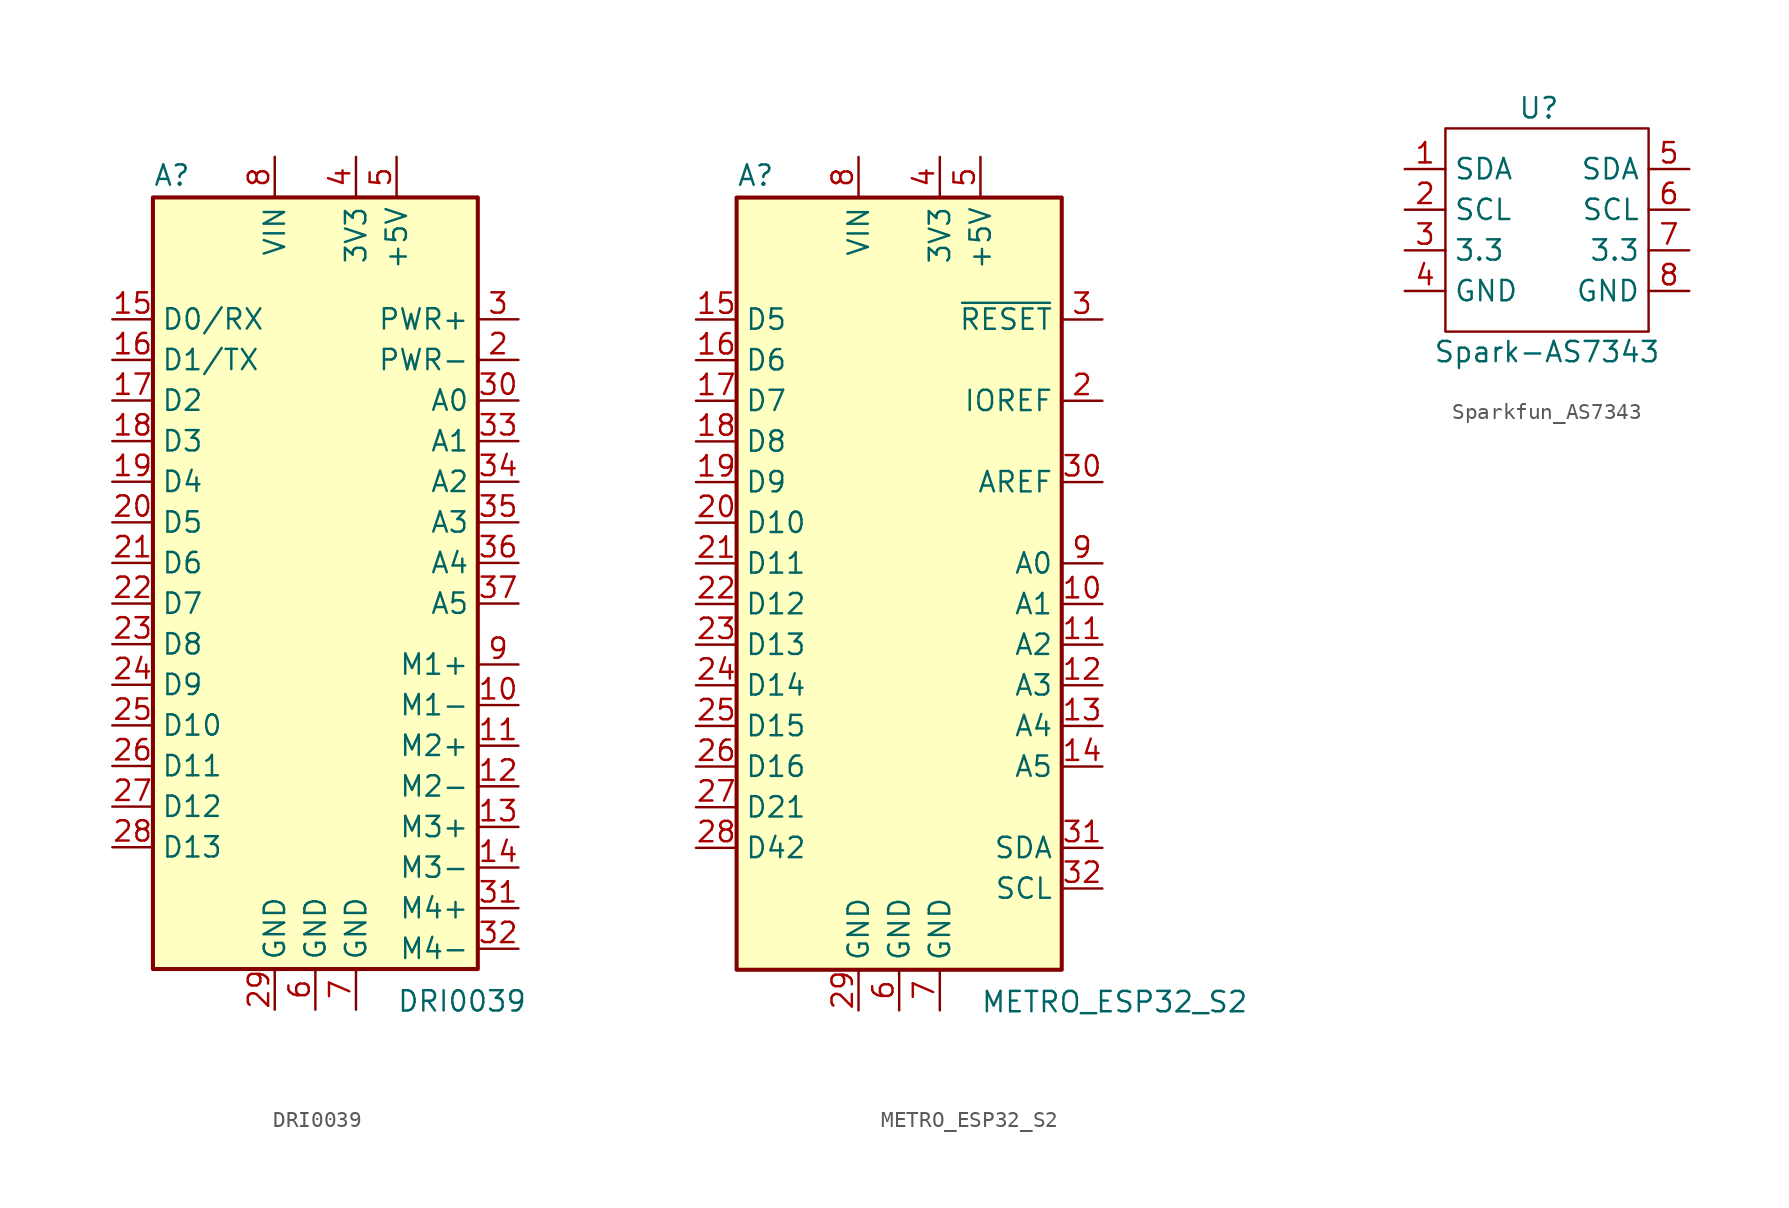
<source format=kicad_sym>
(kicad_symbol_lib
  (version 20241209)
  (generator "kicad_symbol_editor")
  (generator_version "9.0")
  (symbol "DRI0039"
    (property "Reference" "A"
      (at -10.16 23.495 0)
      (effects (font (size 1.27 1.27)) (justify left bottom)))
    (property "Value" "DRI0039"
      (at 5.08 -26.67 0)
      (effects (font (size 1.27 1.27)) (justify left top)))
    (symbol "DRI0039_0_1"
      (rectangle (start -10.16 22.86) (end 10.16 -25.4) (stroke (width 0.254) (type default)) (fill (type background))))
    (symbol "DRI0039_1_1"
      (pin bidirectional line (at -12.7 15.24 0) (length 2.54) (name "D0/RX" (effects (font (size 1.27 1.27)))) (number "15" (effects (font (size 1.27 1.27)))))
      (pin bidirectional line (at -12.7 12.7 0) (length 2.54) (name "D1/TX" (effects (font (size 1.27 1.27)))) (number "16" (effects (font (size 1.27 1.27)))))
      (pin bidirectional line (at -12.7 10.16 0) (length 2.54) (name "D2" (effects (font (size 1.27 1.27)))) (number "17" (effects (font (size 1.27 1.27)))))
      (pin bidirectional line (at -12.7 7.62 0) (length 2.54) (name "D3" (effects (font (size 1.27 1.27)))) (number "18" (effects (font (size 1.27 1.27)))))
      (pin bidirectional line (at -12.7 5.08 0) (length 2.54) (name "D4" (effects (font (size 1.27 1.27)))) (number "19" (effects (font (size 1.27 1.27)))))
      (pin bidirectional line (at -12.7 2.54 0) (length 2.54) (name "D5" (effects (font (size 1.27 1.27)))) (number "20" (effects (font (size 1.27 1.27)))))
      (pin bidirectional line (at -12.7 0 0) (length 2.54) (name "D6" (effects (font (size 1.27 1.27)))) (number "21" (effects (font (size 1.27 1.27)))))
      (pin bidirectional line (at -12.7 -2.54 0) (length 2.54) (name "D7" (effects (font (size 1.27 1.27)))) (number "22" (effects (font (size 1.27 1.27)))))
      (pin bidirectional line (at -12.7 -5.08 0) (length 2.54) (name "D8" (effects (font (size 1.27 1.27)))) (number "23" (effects (font (size 1.27 1.27)))))
      (pin bidirectional line (at -12.7 -7.62 0) (length 2.54) (name "D9" (effects (font (size 1.27 1.27)))) (number "24" (effects (font (size 1.27 1.27)))))
      (pin bidirectional line (at -12.7 -10.16 0) (length 2.54) (name "D10" (effects (font (size 1.27 1.27)))) (number "25" (effects (font (size 1.27 1.27)))))
      (pin bidirectional line (at -12.7 -12.7 0) (length 2.54) (name "D11" (effects (font (size 1.27 1.27)))) (number "26" (effects (font (size 1.27 1.27)))))
      (pin bidirectional line (at -12.7 -15.24 0) (length 2.54) (name "D12" (effects (font (size 1.27 1.27)))) (number "27" (effects (font (size 1.27 1.27)))))
      (pin bidirectional line (at -12.7 -17.78 0) (length 2.54) (name "D13" (effects (font (size 1.27 1.27)))) (number "28" (effects (font (size 1.27 1.27)))))
      (pin no_connect line (at -10.16 -20.32 0) (length 2.54) (hide yes) (name "NC" (effects (font (size 1.27 1.27)))) (number "1" (effects (font (size 1.27 1.27)))))
      (pin power_in line (at -2.54 25.4 270) (length 2.54) (name "VIN" (effects (font (size 1.27 1.27)))) (number "8" (effects (font (size 1.27 1.27)))))
      (pin power_in line (at -2.54 -27.94 90) (length 2.54) (name "GND" (effects (font (size 1.27 1.27)))) (number "29" (effects (font (size 1.27 1.27)))))
      (pin power_in line (at 0 -27.94 90) (length 2.54) (name "GND" (effects (font (size 1.27 1.27)))) (number "6" (effects (font (size 1.27 1.27)))))
      (pin power_out line (at 2.54 25.4 270) (length 2.54) (name "3V3" (effects (font (size 1.27 1.27)))) (number "4" (effects (font (size 1.27 1.27)))))
      (pin power_in line (at 2.54 -27.94 90) (length 2.54) (name "GND" (effects (font (size 1.27 1.27)))) (number "7" (effects (font (size 1.27 1.27)))))
      (pin power_out line (at 5.08 25.4 270) (length 2.54) (name "+5V" (effects (font (size 1.27 1.27)))) (number "5" (effects (font (size 1.27 1.27)))))
      (pin power_in line (at 12.7 15.24 180) (length 2.54) (name "PWR+" (effects (font (size 1.27 1.27)))) (number "3" (effects (font (size 1.27 1.27)))))
      (pin power_in line (at 12.7 12.7 180) (length 2.54) (name "PWR-" (effects (font (size 1.27 1.27)))) (number "2" (effects (font (size 1.27 1.27)))))
      (pin bidirectional line (at 12.7 10.16 180) (length 2.54) (name "A0" (effects (font (size 1.27 1.27)))) (number "30" (effects (font (size 1.27 1.27)))))
      (pin bidirectional line (at 12.7 7.62 180) (length 2.54) (name "A1" (effects (font (size 1.27 1.27)))) (number "33" (effects (font (size 1.27 1.27)))))
      (pin bidirectional line (at 12.7 5.08 180) (length 2.54) (name "A2" (effects (font (size 1.27 1.27)))) (number "34" (effects (font (size 1.27 1.27)))))
      (pin bidirectional line (at 12.7 2.54 180) (length 2.54) (name "A3" (effects (font (size 1.27 1.27)))) (number "35" (effects (font (size 1.27 1.27)))))
      (pin bidirectional line (at 12.7 0 180) (length 2.54) (name "A4" (effects (font (size 1.27 1.27)))) (number "36" (effects (font (size 1.27 1.27)))))
      (pin bidirectional line (at 12.7 -2.54 180) (length 2.54) (name "A5" (effects (font (size 1.27 1.27)))) (number "37" (effects (font (size 1.27 1.27)))))
      (pin power_out line (at 12.7 -6.35 180) (length 2.54) (name "M1+" (effects (font (size 1.27 1.27)))) (number "9" (effects (font (size 1.27 1.27)))))
      (pin power_out line (at 12.7 -8.89 180) (length 2.54) (name "M1-" (effects (font (size 1.27 1.27)))) (number "10" (effects (font (size 1.27 1.27)))))
      (pin power_out line (at 12.7 -11.43 180) (length 2.54) (name "M2+" (effects (font (size 1.27 1.27)))) (number "11" (effects (font (size 1.27 1.27)))))
      (pin power_out line (at 12.7 -13.97 180) (length 2.54) (name "M2-" (effects (font (size 1.27 1.27)))) (number "12" (effects (font (size 1.27 1.27)))))
      (pin power_out line (at 12.7 -16.51 180) (length 2.54) (name "M3+" (effects (font (size 1.27 1.27)))) (number "13" (effects (font (size 1.27 1.27)))))
      (pin power_out line (at 12.7 -19.05 180) (length 2.54) (name "M3-" (effects (font (size 1.27 1.27)))) (number "14" (effects (font (size 1.27 1.27)))))
      (pin power_out line (at 12.7 -21.59 180) (length 2.54) (name "M4+" (effects (font (size 1.27 1.27)))) (number "31" (effects (font (size 1.27 1.27)))))
      (pin power_out line (at 12.7 -24.13 180) (length 2.54) (name "M4-" (effects (font (size 1.27 1.27)))) (number "32" (effects (font (size 1.27 1.27)))))))
  (symbol "METRO_ESP32_S2"
    (property "Reference" "A"
      (at -10.16 23.495 0)
      (effects (font (size 1.27 1.27)) (justify left bottom)))
    (property "Value" "METRO_ESP32_S2"
      (at 5.08 -26.67 0)
      (effects (font (size 1.27 1.27)) (justify left top)))
    (symbol "METRO_ESP32_S2_0_1"
      (rectangle (start -10.16 22.86) (end 10.16 -25.4) (stroke (width 0.254) (type default)) (fill (type background))))
    (symbol "METRO_ESP32_S2_1_1"
      (pin bidirectional line (at -12.7 15.24 0) (length 2.54) (name "D5" (effects (font (size 1.27 1.27)))) (number "15" (effects (font (size 1.27 1.27)))))
      (pin bidirectional line (at -12.7 12.7 0) (length 2.54) (name "D6" (effects (font (size 1.27 1.27)))) (number "16" (effects (font (size 1.27 1.27)))))
      (pin bidirectional line (at -12.7 10.16 0) (length 2.54) (name "D7" (effects (font (size 1.27 1.27)))) (number "17" (effects (font (size 1.27 1.27)))))
      (pin bidirectional line (at -12.7 7.62 0) (length 2.54) (name "D8" (effects (font (size 1.27 1.27)))) (number "18" (effects (font (size 1.27 1.27)))))
      (pin bidirectional line (at -12.7 5.08 0) (length 2.54) (name "D9" (effects (font (size 1.27 1.27)))) (number "19" (effects (font (size 1.27 1.27)))))
      (pin bidirectional line (at -12.7 2.54 0) (length 2.54) (name "D10" (effects (font (size 1.27 1.27)))) (number "20" (effects (font (size 1.27 1.27)))))
      (pin bidirectional line (at -12.7 0 0) (length 2.54) (name "D11" (effects (font (size 1.27 1.27)))) (number "21" (effects (font (size 1.27 1.27)))))
      (pin bidirectional line (at -12.7 -2.54 0) (length 2.54) (name "D12" (effects (font (size 1.27 1.27)))) (number "22" (effects (font (size 1.27 1.27)))))
      (pin bidirectional line (at -12.7 -5.08 0) (length 2.54) (name "D13" (effects (font (size 1.27 1.27)))) (number "23" (effects (font (size 1.27 1.27)))))
      (pin bidirectional line (at -12.7 -7.62 0) (length 2.54) (name "D14" (effects (font (size 1.27 1.27)))) (number "24" (effects (font (size 1.27 1.27)))))
      (pin bidirectional line (at -12.7 -10.16 0) (length 2.54) (name "D15" (effects (font (size 1.27 1.27)))) (number "25" (effects (font (size 1.27 1.27)))))
      (pin bidirectional line (at -12.7 -12.7 0) (length 2.54) (name "D16" (effects (font (size 1.27 1.27)))) (number "26" (effects (font (size 1.27 1.27)))))
      (pin bidirectional line (at -12.7 -15.24 0) (length 2.54) (name "D21" (effects (font (size 1.27 1.27)))) (number "27" (effects (font (size 1.27 1.27)))))
      (pin bidirectional line (at -12.7 -17.78 0) (length 2.54) (name "D42" (effects (font (size 1.27 1.27)))) (number "28" (effects (font (size 1.27 1.27)))))
      (pin no_connect line (at -10.16 -20.32 0) (length 2.54) (hide yes) (name "NC" (effects (font (size 1.27 1.27)))) (number "1" (effects (font (size 1.27 1.27)))))
      (pin power_in line (at -2.54 25.4 270) (length 2.54) (name "VIN" (effects (font (size 1.27 1.27)))) (number "8" (effects (font (size 1.27 1.27)))))
      (pin power_in line (at -2.54 -27.94 90) (length 2.54) (name "GND" (effects (font (size 1.27 1.27)))) (number "29" (effects (font (size 1.27 1.27)))))
      (pin power_in line (at 0 -27.94 90) (length 2.54) (name "GND" (effects (font (size 1.27 1.27)))) (number "6" (effects (font (size 1.27 1.27)))))
      (pin power_out line (at 2.54 25.4 270) (length 2.54) (name "3V3" (effects (font (size 1.27 1.27)))) (number "4" (effects (font (size 1.27 1.27)))))
      (pin power_in line (at 2.54 -27.94 90) (length 2.54) (name "GND" (effects (font (size 1.27 1.27)))) (number "7" (effects (font (size 1.27 1.27)))))
      (pin power_out line (at 5.08 25.4 270) (length 2.54) (name "+5V" (effects (font (size 1.27 1.27)))) (number "5" (effects (font (size 1.27 1.27)))))
      (pin input line (at 12.7 15.24 180) (length 2.54) (name "~{RESET}" (effects (font (size 1.27 1.27)))) (number "3" (effects (font (size 1.27 1.27)))))
      (pin output line (at 12.7 10.16 180) (length 2.54) (name "IOREF" (effects (font (size 1.27 1.27)))) (number "2" (effects (font (size 1.27 1.27)))))
      (pin input line (at 12.7 5.08 180) (length 2.54) (name "AREF" (effects (font (size 1.27 1.27)))) (number "30" (effects (font (size 1.27 1.27)))))
      (pin bidirectional line (at 12.7 0 180) (length 2.54) (name "A0" (effects (font (size 1.27 1.27)))) (number "9" (effects (font (size 1.27 1.27)))))
      (pin bidirectional line (at 12.7 -2.54 180) (length 2.54) (name "A1" (effects (font (size 1.27 1.27)))) (number "10" (effects (font (size 1.27 1.27)))))
      (pin bidirectional line (at 12.7 -5.08 180) (length 2.54) (name "A2" (effects (font (size 1.27 1.27)))) (number "11" (effects (font (size 1.27 1.27)))))
      (pin bidirectional line (at 12.7 -7.62 180) (length 2.54) (name "A3" (effects (font (size 1.27 1.27)))) (number "12" (effects (font (size 1.27 1.27)))))
      (pin bidirectional line (at 12.7 -10.16 180) (length 2.54) (name "A4" (effects (font (size 1.27 1.27)))) (number "13" (effects (font (size 1.27 1.27)))))
      (pin bidirectional line (at 12.7 -12.7 180) (length 2.54) (name "A5" (effects (font (size 1.27 1.27)))) (number "14" (effects (font (size 1.27 1.27)))))
      (pin bidirectional line (at 12.7 -17.78 180) (length 2.54) (name "SDA" (effects (font (size 1.27 1.27)))) (number "31" (effects (font (size 1.27 1.27)))))
      (pin bidirectional line (at 12.7 -20.32 180) (length 2.54) (name "SCL" (effects (font (size 1.27 1.27)))) (number "32" (effects (font (size 1.27 1.27)))))))
  (symbol "Sparkfun_AS7343"
    (property "Reference" "U"
      (at -0.508 7.62 0)
      (effects (font (size 1.27 1.27))))
    (property "Value" "Spark-AS7343"
      (at 0 -7.62 0)
      (effects (font (size 1.27 1.27))))
    (symbol "Sparkfun_AS7343_0_1"
      (rectangle (start -6.35 6.35) (end 6.35 -6.35) (stroke (width 0) (type default)) (fill (type none))))
    (symbol "Sparkfun_AS7343_1_1"
      (pin bidirectional line (at -8.89 3.81 0) (length 2.54) (name "SDA" (effects (font (size 1.27 1.27)))) (number "1" (effects (font (size 1.27 1.27)))))
      (pin bidirectional line (at -8.89 1.27 0) (length 2.54) (name "SCL" (effects (font (size 1.27 1.27)))) (number "2" (effects (font (size 1.27 1.27)))))
      (pin input line (at -8.89 -1.27 0) (length 2.54) (name "3.3" (effects (font (size 1.27 1.27)))) (number "3" (effects (font (size 1.27 1.27)))))
      (pin input line (at -8.89 -3.81 0) (length 2.54) (name "GND" (effects (font (size 1.27 1.27)))) (number "4" (effects (font (size 1.27 1.27)))))
      (pin bidirectional line (at 8.89 3.81 180) (length 2.54) (name "SDA" (effects (font (size 1.27 1.27)))) (number "5" (effects (font (size 1.27 1.27)))))
      (pin bidirectional line (at 8.89 1.27 180) (length 2.54) (name "SCL" (effects (font (size 1.27 1.27)))) (number "6" (effects (font (size 1.27 1.27)))))
      (pin input line (at 8.89 -1.27 180) (length 2.54) (name "3.3" (effects (font (size 1.27 1.27)))) (number "7" (effects (font (size 1.27 1.27)))))
      (pin input line (at 8.89 -3.81 180) (length 2.54) (name "GND" (effects (font (size 1.27 1.27)))) (number "8" (effects (font (size 1.27 1.27))))))))
</source>
